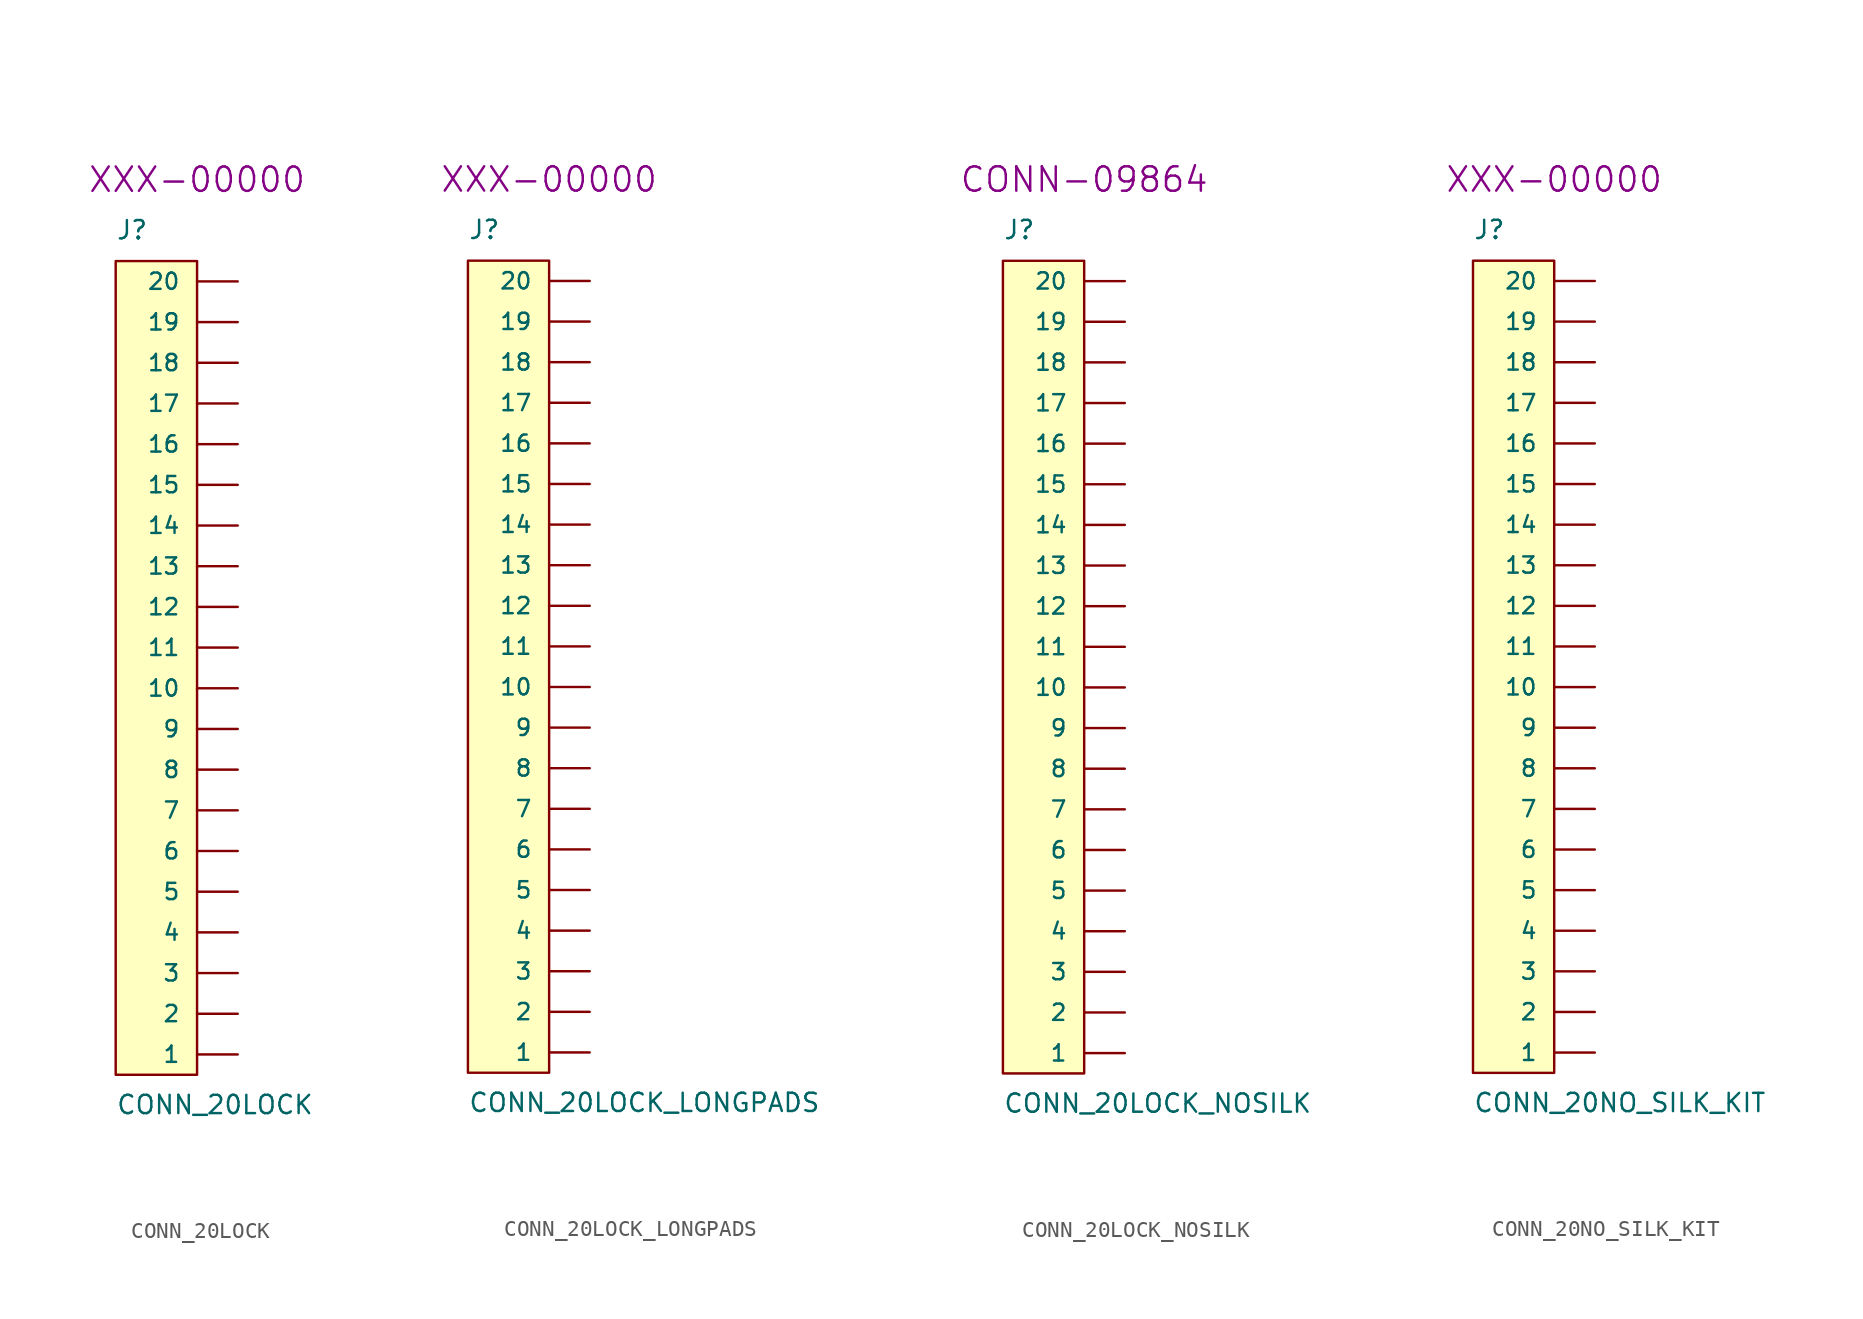
<source format=kicad_sym>
(kicad_symbol_lib
  (version 20201005)
  (generator kicad_symbol_editor)
  (symbol "CONN_20LOCK"
    (pin_numbers hide)
    (pin_names
      (offset 1.016))
    (property "Reference" "J"
      (at -5.08 50.8 0)
      (effects (font (size 1.143 1.143)) (justify left bottom)))
    (property "Value" "CONN_20LOCK"
      (at -5.08 -3.81 0)
      (effects (font (size 1.143 1.143)) (justify left bottom)))
    (property "Field4" "XXX-00000"
      (at 0 54.61 0)
      (effects (font (size 1.524 1.524))))
    (property "ki_locked" ""
      (at 0 0 0)
      (effects (font (size 1.27 1.27))))
    (symbol "CONN_20LOCK_0_1"
      (rectangle (start 0 -1.27) (end -5.08 49.53) (stroke (width 0)) (fill (type background))))
    (symbol "CONN_20LOCK_1_1"
      (pin passive line (at 2.54 0 180) (length 2.54) (name "1" (effects (font (size 1.016 1.016)))) (number "1" (effects (font (size 1.016 1.016)))))
      (pin passive line (at 2.54 2.54 180) (length 2.54) (name "2" (effects (font (size 1.016 1.016)))) (number "2" (effects (font (size 1.016 1.016)))))
      (pin passive line (at 2.54 5.08 180) (length 2.54) (name "3" (effects (font (size 1.016 1.016)))) (number "3" (effects (font (size 1.016 1.016)))))
      (pin passive line (at 2.54 7.62 180) (length 2.54) (name "4" (effects (font (size 1.016 1.016)))) (number "4" (effects (font (size 1.016 1.016)))))
      (pin passive line (at 2.54 10.16 180) (length 2.54) (name "5" (effects (font (size 1.016 1.016)))) (number "5" (effects (font (size 1.016 1.016)))))
      (pin passive line (at 2.54 12.7 180) (length 2.54) (name "6" (effects (font (size 1.016 1.016)))) (number "6" (effects (font (size 1.016 1.016)))))
      (pin passive line (at 2.54 15.24 180) (length 2.54) (name "7" (effects (font (size 1.016 1.016)))) (number "7" (effects (font (size 1.016 1.016)))))
      (pin passive line (at 2.54 17.78 180) (length 2.54) (name "8" (effects (font (size 1.016 1.016)))) (number "8" (effects (font (size 1.016 1.016)))))
      (pin passive line (at 2.54 20.32 180) (length 2.54) (name "9" (effects (font (size 1.016 1.016)))) (number "9" (effects (font (size 1.016 1.016)))))
      (pin passive line (at 2.54 22.86 180) (length 2.54) (name "10" (effects (font (size 1.016 1.016)))) (number "10" (effects (font (size 1.016 1.016)))))
      (pin passive line (at 2.54 48.26 180) (length 2.54) (name "20" (effects (font (size 1.016 1.016)))) (number "20" (effects (font (size 1.016 1.016)))))
      (pin passive line (at 2.54 25.4 180) (length 2.54) (name "11" (effects (font (size 1.016 1.016)))) (number "11" (effects (font (size 1.016 1.016)))))
      (pin passive line (at 2.54 27.94 180) (length 2.54) (name "12" (effects (font (size 1.016 1.016)))) (number "12" (effects (font (size 1.016 1.016)))))
      (pin passive line (at 2.54 30.48 180) (length 2.54) (name "13" (effects (font (size 1.016 1.016)))) (number "13" (effects (font (size 1.016 1.016)))))
      (pin passive line (at 2.54 33.02 180) (length 2.54) (name "14" (effects (font (size 1.016 1.016)))) (number "14" (effects (font (size 1.016 1.016)))))
      (pin passive line (at 2.54 35.56 180) (length 2.54) (name "15" (effects (font (size 1.016 1.016)))) (number "15" (effects (font (size 1.016 1.016)))))
      (pin passive line (at 2.54 38.1 180) (length 2.54) (name "16" (effects (font (size 1.016 1.016)))) (number "16" (effects (font (size 1.016 1.016)))))
      (pin passive line (at 2.54 40.64 180) (length 2.54) (name "17" (effects (font (size 1.016 1.016)))) (number "17" (effects (font (size 1.016 1.016)))))
      (pin passive line (at 2.54 43.18 180) (length 2.54) (name "18" (effects (font (size 1.016 1.016)))) (number "18" (effects (font (size 1.016 1.016)))))
      (pin passive line (at 2.54 45.72 180) (length 2.54) (name "19" (effects (font (size 1.016 1.016)))) (number "19" (effects (font (size 1.016 1.016)))))))
  (symbol "CONN_20LOCK_LONGPADS"
    (pin_numbers hide)
    (pin_names
      (offset 1.016))
    (property "Reference" "J"
      (at -5.08 50.8 0)
      (effects (font (size 1.143 1.143)) (justify left bottom)))
    (property "Value" "CONN_20LOCK_LONGPADS"
      (at -5.08 -3.81 0)
      (effects (font (size 1.143 1.143)) (justify left bottom)))
    (property "Field4" "XXX-00000"
      (at 0 54.61 0)
      (effects (font (size 1.524 1.524))))
    (property "ki_locked" ""
      (at 0 0 0)
      (effects (font (size 1.27 1.27))))
    (symbol "CONN_20LOCK_LONGPADS_0_1"
      (rectangle (start 0 -1.27) (end -5.08 49.53) (stroke (width 0)) (fill (type background))))
    (symbol "CONN_20LOCK_LONGPADS_1_1"
      (pin passive line (at 2.54 0 180) (length 2.54) (name "1" (effects (font (size 1.016 1.016)))) (number "1" (effects (font (size 1.016 1.016)))))
      (pin passive line (at 2.54 2.54 180) (length 2.54) (name "2" (effects (font (size 1.016 1.016)))) (number "2" (effects (font (size 1.016 1.016)))))
      (pin passive line (at 2.54 5.08 180) (length 2.54) (name "3" (effects (font (size 1.016 1.016)))) (number "3" (effects (font (size 1.016 1.016)))))
      (pin passive line (at 2.54 7.62 180) (length 2.54) (name "4" (effects (font (size 1.016 1.016)))) (number "4" (effects (font (size 1.016 1.016)))))
      (pin passive line (at 2.54 10.16 180) (length 2.54) (name "5" (effects (font (size 1.016 1.016)))) (number "5" (effects (font (size 1.016 1.016)))))
      (pin passive line (at 2.54 12.7 180) (length 2.54) (name "6" (effects (font (size 1.016 1.016)))) (number "6" (effects (font (size 1.016 1.016)))))
      (pin passive line (at 2.54 15.24 180) (length 2.54) (name "7" (effects (font (size 1.016 1.016)))) (number "7" (effects (font (size 1.016 1.016)))))
      (pin passive line (at 2.54 17.78 180) (length 2.54) (name "8" (effects (font (size 1.016 1.016)))) (number "8" (effects (font (size 1.016 1.016)))))
      (pin passive line (at 2.54 20.32 180) (length 2.54) (name "9" (effects (font (size 1.016 1.016)))) (number "9" (effects (font (size 1.016 1.016)))))
      (pin passive line (at 2.54 22.86 180) (length 2.54) (name "10" (effects (font (size 1.016 1.016)))) (number "10" (effects (font (size 1.016 1.016)))))
      (pin passive line (at 2.54 48.26 180) (length 2.54) (name "20" (effects (font (size 1.016 1.016)))) (number "20" (effects (font (size 1.016 1.016)))))
      (pin passive line (at 2.54 25.4 180) (length 2.54) (name "11" (effects (font (size 1.016 1.016)))) (number "11" (effects (font (size 1.016 1.016)))))
      (pin passive line (at 2.54 27.94 180) (length 2.54) (name "12" (effects (font (size 1.016 1.016)))) (number "12" (effects (font (size 1.016 1.016)))))
      (pin passive line (at 2.54 30.48 180) (length 2.54) (name "13" (effects (font (size 1.016 1.016)))) (number "13" (effects (font (size 1.016 1.016)))))
      (pin passive line (at 2.54 33.02 180) (length 2.54) (name "14" (effects (font (size 1.016 1.016)))) (number "14" (effects (font (size 1.016 1.016)))))
      (pin passive line (at 2.54 35.56 180) (length 2.54) (name "15" (effects (font (size 1.016 1.016)))) (number "15" (effects (font (size 1.016 1.016)))))
      (pin passive line (at 2.54 38.1 180) (length 2.54) (name "16" (effects (font (size 1.016 1.016)))) (number "16" (effects (font (size 1.016 1.016)))))
      (pin passive line (at 2.54 40.64 180) (length 2.54) (name "17" (effects (font (size 1.016 1.016)))) (number "17" (effects (font (size 1.016 1.016)))))
      (pin passive line (at 2.54 43.18 180) (length 2.54) (name "18" (effects (font (size 1.016 1.016)))) (number "18" (effects (font (size 1.016 1.016)))))
      (pin passive line (at 2.54 45.72 180) (length 2.54) (name "19" (effects (font (size 1.016 1.016)))) (number "19" (effects (font (size 1.016 1.016)))))))
  (symbol "CONN_20LOCK_NOSILK"
    (pin_numbers hide)
    (pin_names
      (offset 1.016))
    (property "Reference" "J"
      (at -5.08 50.8 0)
      (effects (font (size 1.143 1.143)) (justify left bottom)))
    (property "Value" "CONN_20LOCK_NOSILK"
      (at -5.08 -3.81 0)
      (effects (font (size 1.143 1.143)) (justify left bottom)))
    (property "Field4" "CONN-09864"
      (at 0 54.61 0)
      (effects (font (size 1.524 1.524))))
    (property "ki_locked" ""
      (at 0 0 0)
      (effects (font (size 1.27 1.27))))
    (symbol "CONN_20LOCK_NOSILK_0_1"
      (rectangle (start 0 -1.27) (end -5.08 49.53) (stroke (width 0)) (fill (type background))))
    (symbol "CONN_20LOCK_NOSILK_1_1"
      (pin passive line (at 2.54 0 180) (length 2.54) (name "1" (effects (font (size 1.016 1.016)))) (number "1" (effects (font (size 1.016 1.016)))))
      (pin passive line (at 2.54 2.54 180) (length 2.54) (name "2" (effects (font (size 1.016 1.016)))) (number "2" (effects (font (size 1.016 1.016)))))
      (pin passive line (at 2.54 5.08 180) (length 2.54) (name "3" (effects (font (size 1.016 1.016)))) (number "3" (effects (font (size 1.016 1.016)))))
      (pin passive line (at 2.54 7.62 180) (length 2.54) (name "4" (effects (font (size 1.016 1.016)))) (number "4" (effects (font (size 1.016 1.016)))))
      (pin passive line (at 2.54 10.16 180) (length 2.54) (name "5" (effects (font (size 1.016 1.016)))) (number "5" (effects (font (size 1.016 1.016)))))
      (pin passive line (at 2.54 12.7 180) (length 2.54) (name "6" (effects (font (size 1.016 1.016)))) (number "6" (effects (font (size 1.016 1.016)))))
      (pin passive line (at 2.54 15.24 180) (length 2.54) (name "7" (effects (font (size 1.016 1.016)))) (number "7" (effects (font (size 1.016 1.016)))))
      (pin passive line (at 2.54 17.78 180) (length 2.54) (name "8" (effects (font (size 1.016 1.016)))) (number "8" (effects (font (size 1.016 1.016)))))
      (pin passive line (at 2.54 20.32 180) (length 2.54) (name "9" (effects (font (size 1.016 1.016)))) (number "9" (effects (font (size 1.016 1.016)))))
      (pin passive line (at 2.54 22.86 180) (length 2.54) (name "10" (effects (font (size 1.016 1.016)))) (number "10" (effects (font (size 1.016 1.016)))))
      (pin passive line (at 2.54 48.26 180) (length 2.54) (name "20" (effects (font (size 1.016 1.016)))) (number "20" (effects (font (size 1.016 1.016)))))
      (pin passive line (at 2.54 25.4 180) (length 2.54) (name "11" (effects (font (size 1.016 1.016)))) (number "11" (effects (font (size 1.016 1.016)))))
      (pin passive line (at 2.54 27.94 180) (length 2.54) (name "12" (effects (font (size 1.016 1.016)))) (number "12" (effects (font (size 1.016 1.016)))))
      (pin passive line (at 2.54 30.48 180) (length 2.54) (name "13" (effects (font (size 1.016 1.016)))) (number "13" (effects (font (size 1.016 1.016)))))
      (pin passive line (at 2.54 33.02 180) (length 2.54) (name "14" (effects (font (size 1.016 1.016)))) (number "14" (effects (font (size 1.016 1.016)))))
      (pin passive line (at 2.54 35.56 180) (length 2.54) (name "15" (effects (font (size 1.016 1.016)))) (number "15" (effects (font (size 1.016 1.016)))))
      (pin passive line (at 2.54 38.1 180) (length 2.54) (name "16" (effects (font (size 1.016 1.016)))) (number "16" (effects (font (size 1.016 1.016)))))
      (pin passive line (at 2.54 40.64 180) (length 2.54) (name "17" (effects (font (size 1.016 1.016)))) (number "17" (effects (font (size 1.016 1.016)))))
      (pin passive line (at 2.54 43.18 180) (length 2.54) (name "18" (effects (font (size 1.016 1.016)))) (number "18" (effects (font (size 1.016 1.016)))))
      (pin passive line (at 2.54 45.72 180) (length 2.54) (name "19" (effects (font (size 1.016 1.016)))) (number "19" (effects (font (size 1.016 1.016)))))))
  (symbol "CONN_20NO_SILK_KIT"
    (pin_numbers hide)
    (pin_names
      (offset 1.016))
    (property "Reference" "J"
      (at -5.08 50.8 0)
      (effects (font (size 1.143 1.143)) (justify left bottom)))
    (property "Value" "CONN_20NO_SILK_KIT"
      (at -5.08 -3.81 0)
      (effects (font (size 1.143 1.143)) (justify left bottom)))
    (property "Field4" "XXX-00000"
      (at 0 54.61 0)
      (effects (font (size 1.524 1.524))))
    (property "ki_locked" ""
      (at 0 0 0)
      (effects (font (size 1.27 1.27))))
    (symbol "CONN_20NO_SILK_KIT_0_1"
      (rectangle (start 0 -1.27) (end -5.08 49.53) (stroke (width 0)) (fill (type background))))
    (symbol "CONN_20NO_SILK_KIT_1_1"
      (pin passive line (at 2.54 0 180) (length 2.54) (name "1" (effects (font (size 1.016 1.016)))) (number "1" (effects (font (size 1.016 1.016)))))
      (pin passive line (at 2.54 2.54 180) (length 2.54) (name "2" (effects (font (size 1.016 1.016)))) (number "2" (effects (font (size 1.016 1.016)))))
      (pin passive line (at 2.54 5.08 180) (length 2.54) (name "3" (effects (font (size 1.016 1.016)))) (number "3" (effects (font (size 1.016 1.016)))))
      (pin passive line (at 2.54 7.62 180) (length 2.54) (name "4" (effects (font (size 1.016 1.016)))) (number "4" (effects (font (size 1.016 1.016)))))
      (pin passive line (at 2.54 10.16 180) (length 2.54) (name "5" (effects (font (size 1.016 1.016)))) (number "5" (effects (font (size 1.016 1.016)))))
      (pin passive line (at 2.54 12.7 180) (length 2.54) (name "6" (effects (font (size 1.016 1.016)))) (number "6" (effects (font (size 1.016 1.016)))))
      (pin passive line (at 2.54 15.24 180) (length 2.54) (name "7" (effects (font (size 1.016 1.016)))) (number "7" (effects (font (size 1.016 1.016)))))
      (pin passive line (at 2.54 17.78 180) (length 2.54) (name "8" (effects (font (size 1.016 1.016)))) (number "8" (effects (font (size 1.016 1.016)))))
      (pin passive line (at 2.54 20.32 180) (length 2.54) (name "9" (effects (font (size 1.016 1.016)))) (number "9" (effects (font (size 1.016 1.016)))))
      (pin passive line (at 2.54 22.86 180) (length 2.54) (name "10" (effects (font (size 1.016 1.016)))) (number "10" (effects (font (size 1.016 1.016)))))
      (pin passive line (at 2.54 48.26 180) (length 2.54) (name "20" (effects (font (size 1.016 1.016)))) (number "20" (effects (font (size 1.016 1.016)))))
      (pin passive line (at 2.54 25.4 180) (length 2.54) (name "11" (effects (font (size 1.016 1.016)))) (number "11" (effects (font (size 1.016 1.016)))))
      (pin passive line (at 2.54 27.94 180) (length 2.54) (name "12" (effects (font (size 1.016 1.016)))) (number "12" (effects (font (size 1.016 1.016)))))
      (pin passive line (at 2.54 30.48 180) (length 2.54) (name "13" (effects (font (size 1.016 1.016)))) (number "13" (effects (font (size 1.016 1.016)))))
      (pin passive line (at 2.54 33.02 180) (length 2.54) (name "14" (effects (font (size 1.016 1.016)))) (number "14" (effects (font (size 1.016 1.016)))))
      (pin passive line (at 2.54 35.56 180) (length 2.54) (name "15" (effects (font (size 1.016 1.016)))) (number "15" (effects (font (size 1.016 1.016)))))
      (pin passive line (at 2.54 38.1 180) (length 2.54) (name "16" (effects (font (size 1.016 1.016)))) (number "16" (effects (font (size 1.016 1.016)))))
      (pin passive line (at 2.54 40.64 180) (length 2.54) (name "17" (effects (font (size 1.016 1.016)))) (number "17" (effects (font (size 1.016 1.016)))))
      (pin passive line (at 2.54 43.18 180) (length 2.54) (name "18" (effects (font (size 1.016 1.016)))) (number "18" (effects (font (size 1.016 1.016)))))
      (pin passive line (at 2.54 45.72 180) (length 2.54) (name "19" (effects (font (size 1.016 1.016)))) (number "19" (effects (font (size 1.016 1.016))))))))
</source>
